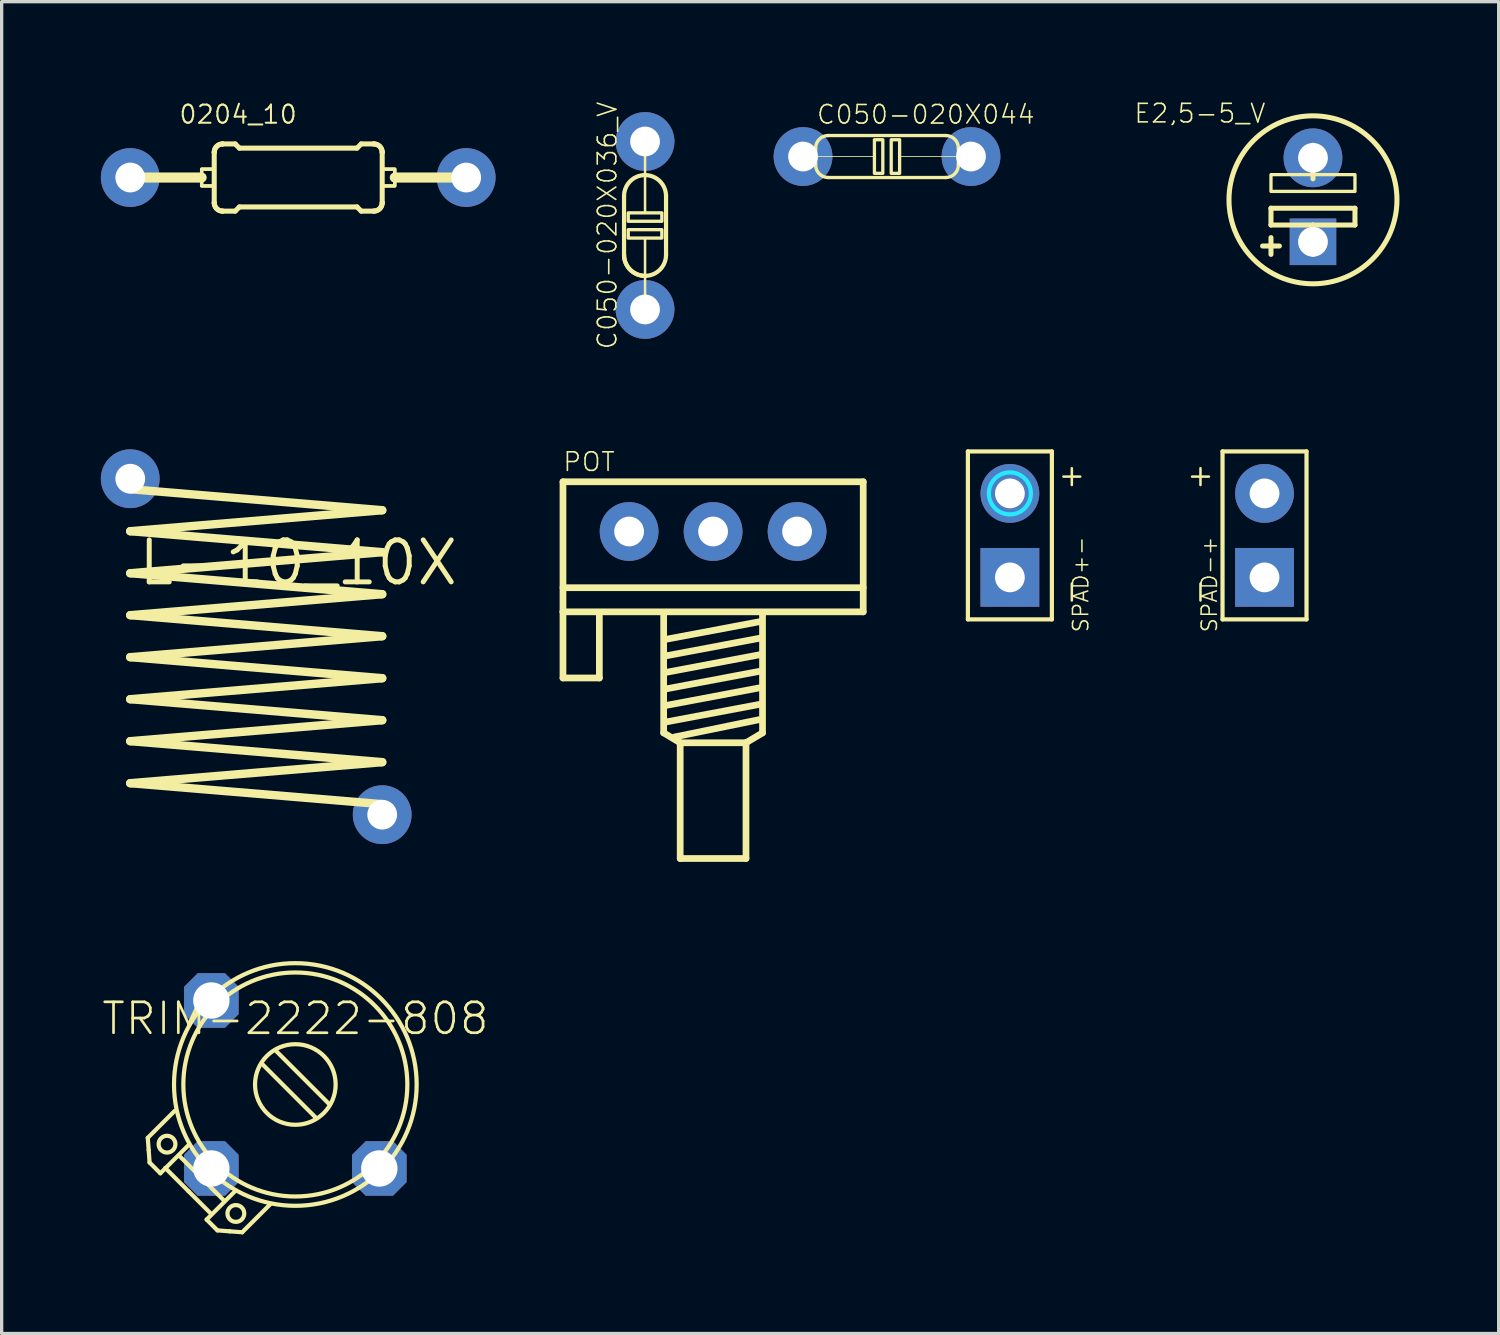
<source format=kicad_pcb>
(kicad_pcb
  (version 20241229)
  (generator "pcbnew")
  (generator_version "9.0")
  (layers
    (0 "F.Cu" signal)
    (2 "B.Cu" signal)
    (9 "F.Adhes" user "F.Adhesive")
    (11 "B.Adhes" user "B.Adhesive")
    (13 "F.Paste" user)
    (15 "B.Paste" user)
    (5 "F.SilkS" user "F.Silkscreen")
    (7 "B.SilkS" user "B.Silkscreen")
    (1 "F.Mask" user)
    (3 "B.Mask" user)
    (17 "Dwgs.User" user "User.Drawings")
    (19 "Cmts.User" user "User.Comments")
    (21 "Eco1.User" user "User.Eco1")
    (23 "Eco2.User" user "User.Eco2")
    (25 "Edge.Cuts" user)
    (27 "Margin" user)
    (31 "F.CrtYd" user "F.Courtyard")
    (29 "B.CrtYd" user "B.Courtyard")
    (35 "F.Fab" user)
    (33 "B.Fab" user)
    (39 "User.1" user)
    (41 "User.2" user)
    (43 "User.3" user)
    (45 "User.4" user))
  (footprint "SPAD+-"
    (layer "F.Cu")
    (at 27.492 13.142)
    (property "Reference" "SPAD+-" (at 1.873 0 90) (layer "F.SilkS") (effects (font (size 0.462 0.462) (thickness 0.046)) (justify right top)))
    (fp_line (start -1.27 -2.54) (end -1.27 2.54) (stroke (width 0.127) (type solid)) (layer "F.SilkS"))
    (fp_line (start -1.27 2.54) (end 1.27 2.54) (stroke (width 0.127) (type solid)) (layer "F.SilkS"))
    (fp_line (start 1.27 -2.54) (end -1.27 -2.54) (stroke (width 0.127) (type solid)) (layer "F.SilkS"))
    (fp_line (start 1.27 2.54) (end 1.27 -2.54) (stroke (width 0.127) (type solid)) (layer "F.SilkS"))
    (fp_line (start 1.619 -1.778) (end 2.127 -1.778) (stroke (width 0.076) (type solid)) (layer "F.SilkS"))
    (fp_line (start 1.873 -1.524) (end 1.873 -2.032) (stroke (width 0.076) (type solid)) (layer "F.SilkS"))
    (fp_line (start 1.873 1.968) (end 1.873 1.46) (stroke (width 0.076) (type solid)) (layer "F.SilkS"))
    (fp_circle (center 0 -1.27) (end 0.635 -1.27) (stroke (width 0.127) (type solid)) (fill no) (layer "B.CrtYd"))
    (pad "1" thru_hole rect (at 0 1.27) (size 1.778 1.778) (drill 0.9) (layers "*.Cu"))
    (pad "2" thru_hole circle (at 0 -1.27) (size 1.778 1.778) (drill 0.9) (layers "*.Cu")))
  (footprint "TRIM-2222-808"
    (layer "F.Cu")
    (at 5.882 29.748)
    (property "Reference" "TRIM-2222-808" (at 0 -2.54 0) (layer "F.SilkS") (effects (font (size 0.935 0.935) (thickness 0.081)) (justify top)))
    (fp_line (start -4.463 1.613) (end -4.435 1.987) (stroke (width 0.127) (type solid)) (layer "F.SilkS"))
    (fp_line (start -4.435 1.987) (end -4.408 2.36) (stroke (width 0.127) (type solid)) (layer "F.SilkS"))
    (fp_line (start -4.408 2.36) (end -4.082 2.686) (stroke (width 0.127) (type solid)) (layer "F.SilkS"))
    (fp_line (start -4.082 2.686) (end -3.232 1.836) (stroke (width 0.127) (type solid)) (layer "F.SilkS"))
    (fp_line (start -3.934 2.525) (end -3.228 3.231) (stroke (width 0.127) (type solid)) (layer "F.SilkS"))
    (fp_line (start -3.648 0.798) (end -4.463 1.613) (stroke (width 0.127) (type solid)) (layer "F.SilkS"))
    (fp_line (start -3.523 2.144) (end -2.149 3.518) (stroke (width 0.127) (type solid)) (layer "F.SilkS"))
    (fp_line (start -2.683 4.086) (end -2.357 4.412) (stroke (width 0.127) (type solid)) (layer "F.SilkS"))
    (fp_line (start -2.585 3.874) (end -3.228 3.231) (stroke (width 0.127) (type solid)) (layer "F.SilkS"))
    (fp_line (start -2.357 4.412) (end -1.982 4.441) (stroke (width 0.127) (type solid)) (layer "F.SilkS"))
    (fp_line (start -1.982 4.441) (end -1.607 4.469) (stroke (width 0.127) (type solid)) (layer "F.SilkS"))
    (fp_line (start -1.833 3.236) (end -2.683 4.086) (stroke (width 0.127) (type solid)) (layer "F.SilkS"))
    (fp_line (start -1.607 4.469) (end -0.751 3.614) (stroke (width 0.127) (type solid)) (layer "F.SilkS"))
    (fp_line (start 0.634 1.018) (end -1.019 -0.635) (stroke (width 0.127) (type solid)) (layer "F.SilkS"))
    (fp_line (start 1.042 0.611) (end -0.611 -1.042) (stroke (width 0.127) (type solid)) (layer "F.SilkS"))
    (fp_circle (center -3.881 1.805) (end -3.627 1.805) (stroke (width 0.127) (type solid)) (fill no) (layer "F.SilkS"))
    (fp_circle (center -1.799 3.901) (end -1.545 3.901) (stroke (width 0.127) (type solid)) (fill no) (layer "F.SilkS"))
    (fp_circle (center 0 0) (end 1.219 0) (stroke (width 0.127) (type solid)) (fill no) (layer "F.SilkS"))
    (fp_circle (center 0 0) (end 3.387 0) (stroke (width 0.127) (type solid)) (fill no) (layer "F.SilkS"))
    (fp_circle (center 0 0) (end 3.669 0) (stroke (width 0.127) (type solid)) (fill no) (layer "F.SilkS"))
    (pad "1" thru_hole roundrect (at -2.54 -2.54) (size 1.65 1.65) (drill 1.1) (layers "*.Cu" "*.Mask") (roundrect_rratio 0.25) (chamfer_ratio 0.25) (chamfer top_left top_right bottom_left bottom_right))
    (pad "2" thru_hole roundrect (at -2.54 2.54) (size 1.65 1.65) (drill 1.1) (layers "*.Cu" "*.Mask") (roundrect_rratio 0.25) (chamfer_ratio 0.25) (chamfer top_left top_right bottom_left bottom_right))
    (pad "3" thru_hole roundrect (at 2.54 2.54) (size 1.65 1.65) (drill 1.1) (layers "*.Cu" "*.Mask") (roundrect_rratio 0.25) (chamfer_ratio 0.25) (chamfer top_left top_right bottom_left bottom_right)))
  (footprint "C050-020X044"
    (layer "F.Cu")
    (at 23.776 1.684)
    (property "Reference" "C050-020X044" (at -2.159 -1.27 0) (layer "F.SilkS") (effects (font (size 0.561 0.561) (thickness 0.049)) (justify left)))
    (fp_line (start -2.54 0) (end -0.394 0) (stroke (width 0.025) (type solid)) (layer "F.SilkS"))
    (fp_line (start -2.159 0.254) (end -2.159 -0.254) (stroke (width 0.102) (type solid)) (layer "F.SilkS"))
    (fp_line (start -1.778 0.635) (end 1.778 0.635) (stroke (width 0.102) (type solid)) (layer "F.SilkS"))
    (fp_line (start 1.778 -0.635) (end -1.778 -0.635) (stroke (width 0.102) (type solid)) (layer "F.SilkS"))
    (fp_line (start 2.159 -0.254) (end 2.159 0.254) (stroke (width 0.102) (type solid)) (layer "F.SilkS"))
    (fp_line (start 2.54 0) (end 0.381 0) (stroke (width 0.025) (type solid)) (layer "F.SilkS"))
    (fp_arc (start -2.159 -0.254) (mid -2.047407 -0.523407) (end -1.777999 -0.634999) (stroke (width 0.1016) (type solid)) (layer "F.SilkS"))
    (fp_arc (start -1.777999 0.634999) (mid -2.047407 0.523407) (end -2.159 0.254) (stroke (width 0.1016) (type solid)) (layer "F.SilkS"))
    (fp_arc (start 1.777999 -0.634999) (mid 2.047407 -0.523407) (end 2.159 -0.254) (stroke (width 0.1016) (type solid)) (layer "F.SilkS"))
    (fp_arc (start 2.159 0.254) (mid 2.047407 0.523407) (end 1.777999 0.634999) (stroke (width 0.1016) (type solid)) (layer "F.SilkS"))
    (fp_poly (pts (xy -0.127 0.508) (xy -0.127 -0.508) (xy -0.381 -0.508) (xy -0.381 0.508)) (stroke (width 0.1) (type solid)) (fill no) (layer "F.SilkS"))
    (fp_poly (pts (xy 0.127 -0.508) (xy 0.127 0.508) (xy 0.381 0.508) (xy 0.381 -0.508)) (stroke (width 0.1) (type solid)) (fill no) (layer "F.SilkS"))
    (pad "1" thru_hole circle (at -2.54 0) (size 1.778 1.778) (drill 0.9) (layers "*.Cu" "*.Mask"))
    (pad "2" thru_hole circle (at 2.54 0) (size 1.778 1.778) (drill 0.9) (layers "*.Cu" "*.Mask")))
  (footprint "L-10_10X"
    (layer "F.Cu")
    (at 5.969 13.968)
    (property "Reference" "L-10_10X" (at 0 0 0) (layer "F.SilkS") (effects (font (size 1.27 1.27) (thickness 0.15))))
    (fp_line (start -5.08 -0.953) (end 2.54 -1.587) (stroke (width 0.254) (type solid)) (layer "F.SilkS"))
    (fp_line (start -5.08 0.318) (end 2.54 -0.318) (stroke (width 0.254) (type solid)) (layer "F.SilkS"))
    (fp_line (start -5.08 1.587) (end 2.54 0.953) (stroke (width 0.254) (type solid)) (layer "F.SilkS"))
    (fp_line (start -5.08 2.857) (end 2.54 2.223) (stroke (width 0.254) (type solid)) (layer "F.SilkS"))
    (fp_line (start -5.08 4.128) (end 2.54 3.493) (stroke (width 0.254) (type solid)) (layer "F.SilkS"))
    (fp_line (start -5.08 5.397) (end 2.54 4.763) (stroke (width 0.254) (type solid)) (layer "F.SilkS"))
    (fp_line (start -5.08 6.668) (end 2.54 6.032) (stroke (width 0.254) (type solid)) (layer "F.SilkS"))
    (fp_line (start 2.54 -1.587) (end -5.08 -2.223) (stroke (width 0.254) (type solid)) (layer "F.SilkS"))
    (fp_line (start 2.54 -0.318) (end -5.08 -0.953) (stroke (width 0.254) (type solid)) (layer "F.SilkS"))
    (fp_line (start 2.54 0.953) (end -5.08 0.318) (stroke (width 0.254) (type solid)) (layer "F.SilkS"))
    (fp_line (start 2.54 2.223) (end -5.08 1.587) (stroke (width 0.254) (type solid)) (layer "F.SilkS"))
    (fp_line (start 2.54 3.493) (end -5.08 2.857) (stroke (width 0.254) (type solid)) (layer "F.SilkS"))
    (fp_line (start 2.54 4.763) (end -5.08 4.128) (stroke (width 0.254) (type solid)) (layer "F.SilkS"))
    (fp_line (start 2.54 6.032) (end -5.08 5.397) (stroke (width 0.254) (type solid)) (layer "F.SilkS"))
    (fp_line (start 2.54 7.303) (end -5.08 6.668) (stroke (width 0.254) (type solid)) (layer "F.SilkS"))
    (pad "P$1" thru_hole circle (at -5.08 -2.54) (size 1.778 1.778) (drill 0.9) (layers "*.Cu" "*.Mask"))
    (pad "P$2" thru_hole circle (at 2.54 7.62) (size 1.778 1.778) (drill 0.9) (layers "*.Cu" "*.Mask")))
  (footprint "E2,5-5_V"
    (layer "F.Cu")
    (at 36.658 2.993)
    (property "Reference" "E2,5-5_V" (at -1.397 -2.286 0) (layer "F.SilkS") (effects (font (size 0.561 0.561) (thickness 0.049)) (justify right bottom)))
    (fp_line (start -1.27 0.254) (end -1.27 0.762) (stroke (width 0.152) (type solid)) (layer "F.SilkS"))
    (fp_line (start -1.27 0.762) (end 0 0.762) (stroke (width 0.152) (type solid)) (layer "F.SilkS"))
    (fp_line (start -1.27 1.397) (end -1.524 1.397) (stroke (width 0.152) (type solid)) (layer "F.SilkS"))
    (fp_line (start -1.27 1.397) (end -1.27 1.143) (stroke (width 0.152) (type solid)) (layer "F.SilkS"))
    (fp_line (start -1.27 1.651) (end -1.27 1.397) (stroke (width 0.152) (type solid)) (layer "F.SilkS"))
    (fp_line (start -1.016 1.397) (end -1.27 1.397) (stroke (width 0.152) (type solid)) (layer "F.SilkS"))
    (fp_line (start 0 -0.635) (end 0 -1.651) (stroke (width 0.152) (type solid)) (layer "F.SilkS"))
    (fp_line (start 0 0.762) (end 1.27 0.762) (stroke (width 0.152) (type solid)) (layer "F.SilkS"))
    (fp_line (start 0 1.651) (end 0 0.762) (stroke (width 0.152) (type solid)) (layer "F.SilkS"))
    (fp_line (start 1.27 0.254) (end -1.27 0.254) (stroke (width 0.152) (type solid)) (layer "F.SilkS"))
    (fp_line (start 1.27 0.762) (end 1.27 0.254) (stroke (width 0.152) (type solid)) (layer "F.SilkS"))
    (fp_circle (center 0 0) (end 2.54 0) (stroke (width 0.152) (type solid)) (fill no) (layer "F.SilkS"))
    (fp_poly (pts (xy 1.27 -0.254) (xy 1.27 -0.762) (xy -1.27 -0.762) (xy -1.27 -0.254)) (stroke (width 0.1) (type solid)) (fill no) (layer "F.SilkS"))
    (pad "+" thru_hole rect (at 0 1.27) (size 1.408 1.408) (drill 0.9) (layers "*.Cu" "*.Mask"))
    (pad "-" thru_hole circle (at 0 -1.27) (size 1.778 1.778) (drill 0.9) (layers "*.Cu" "*.Mask")))
  (footprint "0204_10"
    (layer "F.Cu")
    (at 5.969 2.319)
    (property "Reference" "0204_10" (at 0 -1.587 0) (layer "F.SilkS") (effects (font (size 0.549 0.549) (thickness 0.061)) (justify right bottom)))
    (fp_line (start -5.08 0) (end -2.921 0) (stroke (width 0.305) (type solid)) (layer "F.SilkS"))
    (fp_line (start -2.54 0.762) (end -2.54 -0.762) (stroke (width 0.152) (type solid)) (layer "F.SilkS"))
    (fp_line (start -2.286 -1.016) (end -1.905 -1.016) (stroke (width 0.152) (type solid)) (layer "F.SilkS"))
    (fp_line (start -2.286 1.016) (end -1.905 1.016) (stroke (width 0.152) (type solid)) (layer "F.SilkS"))
    (fp_line (start -1.778 -0.889) (end -1.905 -1.016) (stroke (width 0.152) (type solid)) (layer "F.SilkS"))
    (fp_line (start -1.778 0.889) (end -1.905 1.016) (stroke (width 0.152) (type solid)) (layer "F.SilkS"))
    (fp_line (start 1.778 -0.889) (end -1.778 -0.889) (stroke (width 0.152) (type solid)) (layer "F.SilkS"))
    (fp_line (start 1.778 -0.889) (end 1.905 -1.016) (stroke (width 0.152) (type solid)) (layer "F.SilkS"))
    (fp_line (start 1.778 0.889) (end -1.778 0.889) (stroke (width 0.152) (type solid)) (layer "F.SilkS"))
    (fp_line (start 1.778 0.889) (end 1.905 1.016) (stroke (width 0.152) (type solid)) (layer "F.SilkS"))
    (fp_line (start 2.286 -1.016) (end 1.905 -1.016) (stroke (width 0.152) (type solid)) (layer "F.SilkS"))
    (fp_line (start 2.286 1.016) (end 1.905 1.016) (stroke (width 0.152) (type solid)) (layer "F.SilkS"))
    (fp_line (start 2.54 0.762) (end 2.54 -0.762) (stroke (width 0.152) (type solid)) (layer "F.SilkS"))
    (fp_line (start 5.08 0) (end 2.921 0) (stroke (width 0.305) (type solid)) (layer "F.SilkS"))
    (fp_arc (start -2.54 -0.762) (mid -2.465605 -0.941605) (end -2.286 -1.016) (stroke (width 0.1524) (type solid)) (layer "F.SilkS"))
    (fp_arc (start -2.54 -0.762) (mid -2.465605 -0.941605) (end -2.286 -1.016) (stroke (width 0.1524) (type solid)) (layer "F.SilkS"))
    (fp_arc (start -2.286 1.016) (mid -2.465605 0.941605) (end -2.54 0.762) (stroke (width 0.1524) (type solid)) (layer "F.SilkS"))
    (fp_arc (start -2.286 1.016) (mid -2.465605 0.941605) (end -2.54 0.762) (stroke (width 0.1524) (type solid)) (layer "F.SilkS"))
    (fp_arc (start 2.286 -1.016) (mid 2.465605 -0.941605) (end 2.54 -0.762) (stroke (width 0.1524) (type solid)) (layer "F.SilkS"))
    (fp_arc (start 2.286 -1.016) (mid 2.465605 -0.941605) (end 2.54 -0.762) (stroke (width 0.1524) (type solid)) (layer "F.SilkS"))
    (fp_arc (start 2.54 0.762) (mid 2.465605 0.941605) (end 2.286 1.016) (stroke (width 0.1524) (type solid)) (layer "F.SilkS"))
    (fp_arc (start 2.54 0.762) (mid 2.465605 0.941605) (end 2.286 1.016) (stroke (width 0.1524) (type solid)) (layer "F.SilkS"))
    (fp_poly (pts (xy -2.921 0.254) (xy -2.54 0.254) (xy -2.54 -0.254) (xy -2.921 -0.254)) (stroke (width 0.1) (type solid)) (fill no) (layer "F.SilkS"))
    (fp_poly (pts (xy -2.921 0.254) (xy -2.54 0.254) (xy -2.54 -0.254) (xy -2.921 -0.254)) (stroke (width 0.1) (type solid)) (fill no) (layer "F.SilkS"))
    (fp_poly (pts (xy 2.54 0.254) (xy 2.921 0.254) (xy 2.921 -0.254) (xy 2.54 -0.254)) (stroke (width 0.1) (type solid)) (fill no) (layer "F.SilkS"))
    (fp_poly (pts (xy 2.54 0.254) (xy 2.921 0.254) (xy 2.921 -0.254) (xy 2.54 -0.254)) (stroke (width 0.1) (type solid)) (fill no) (layer "F.SilkS"))
    (pad "1" thru_hole circle (at -5.08 0) (size 1.778 1.778) (drill 0.9) (layers "*.Cu" "*.Mask"))
    (pad "2" thru_hole circle (at 5.08 0) (size 1.778 1.778) (drill 0.9) (layers "*.Cu" "*.Mask")))
  (footprint "POT"
    (layer "F.Cu")
    (at 18.516 13.024)
    (property "Reference" "POT" (at -4.572 -1.778 0) (layer "F.SilkS") (effects (font (size 0.561 0.561) (thickness 0.049)) (justify left bottom)))
    (fp_line (start -4.54 -1.504) (end 4.54 -1.504) (stroke (width 0.203) (type solid)) (layer "F.SilkS"))
    (fp_line (start -4.54 1.7) (end 4.54 1.7) (stroke (width 0.203) (type solid)) (layer "F.SilkS"))
    (fp_line (start -4.54 2.43) (end -4.54 -1.504) (stroke (width 0.203) (type solid)) (layer "F.SilkS"))
    (fp_line (start -4.54 2.43) (end -4.54 4.43) (stroke (width 0.203) (type solid)) (layer "F.SilkS"))
    (fp_line (start -4.54 2.43) (end 4.54 2.43) (stroke (width 0.203) (type solid)) (layer "F.SilkS"))
    (fp_line (start -4.54 4.43) (end -3.44 4.43) (stroke (width 0.203) (type solid)) (layer "F.SilkS"))
    (fp_line (start -3.44 4.43) (end -3.44 2.53) (stroke (width 0.203) (type solid)) (layer "F.SilkS"))
    (fp_line (start -1.495 2.53) (end -1.495 6.09) (stroke (width 0.203) (type solid)) (layer "F.SilkS"))
    (fp_line (start -1.495 6.09) (end -0.995 6.39) (stroke (width 0.203) (type solid)) (layer "F.SilkS"))
    (fp_line (start -1.395 3.255) (end 1.395 2.73) (stroke (width 0.203) (type solid)) (layer "F.SilkS"))
    (fp_line (start -1.395 3.755) (end 1.395 3.23) (stroke (width 0.203) (type solid)) (layer "F.SilkS"))
    (fp_line (start -1.395 4.255) (end 1.395 3.73) (stroke (width 0.203) (type solid)) (layer "F.SilkS"))
    (fp_line (start -1.395 4.755) (end 1.395 4.23) (stroke (width 0.203) (type solid)) (layer "F.SilkS"))
    (fp_line (start -1.395 5.255) (end 1.395 4.73) (stroke (width 0.203) (type solid)) (layer "F.SilkS"))
    (fp_line (start -1.395 5.755) (end 1.395 5.23) (stroke (width 0.203) (type solid)) (layer "F.SilkS"))
    (fp_line (start -1.17 6.215) (end 1.395 5.69) (stroke (width 0.203) (type solid)) (layer "F.SilkS"))
    (fp_line (start -0.995 6.39) (end -0.995 9.89) (stroke (width 0.203) (type solid)) (layer "F.SilkS"))
    (fp_line (start -0.995 6.39) (end 0.995 6.39) (stroke (width 0.203) (type solid)) (layer "F.SilkS"))
    (fp_line (start -0.995 9.89) (end 0.995 9.89) (stroke (width 0.203) (type solid)) (layer "F.SilkS"))
    (fp_line (start 0.995 6.39) (end 1.495 6.09) (stroke (width 0.203) (type solid)) (layer "F.SilkS"))
    (fp_line (start 0.995 9.89) (end 0.995 6.39) (stroke (width 0.203) (type solid)) (layer "F.SilkS"))
    (fp_line (start 1.495 6.09) (end 1.495 2.53) (stroke (width 0.203) (type solid)) (layer "F.SilkS"))
    (fp_line (start 4.54 2.43) (end 4.54 -1.504) (stroke (width 0.203) (type solid)) (layer "F.SilkS"))
    (pad "A" thru_hole circle (at -2.54 0) (size 1.778 1.778) (drill 0.9) (layers "*.Cu" "*.Mask"))
    (pad "E" thru_hole circle (at 2.54 0) (size 1.778 1.778) (drill 0.9) (layers "*.Cu" "*.Mask"))
    (pad "S" thru_hole circle (at 0 0) (size 1.778 1.778) (drill 0.9) (layers "*.Cu" "*.Mask")))
  (footprint "C050-020X036_V"
    (layer "F.Cu")
    (at 16.458 3.769)
    (property "Reference" "C050-020X036_V" (at -0.813 0 90) (layer "F.SilkS") (effects (font (size 0.561 0.561) (thickness 0.049)) (justify bottom)))
    (fp_line (start -0.635 -0.889) (end -0.635 0.889) (stroke (width 0.127) (type solid)) (layer "F.SilkS"))
    (fp_line (start 0 -2.54) (end 0 -0.394) (stroke (width 0.076) (type solid)) (layer "F.SilkS"))
    (fp_line (start 0 2.54) (end 0 0.381) (stroke (width 0.076) (type solid)) (layer "F.SilkS"))
    (fp_line (start 0.635 0.889) (end 0.635 -0.889) (stroke (width 0.127) (type solid)) (layer "F.SilkS"))
    (fp_arc (start -0.635 -0.889) (mid -0.449013 -1.338013) (end 0 -1.524) (stroke (width 0.127) (type solid)) (layer "F.SilkS"))
    (fp_arc (start 0 -1.524) (mid 0.449013 -1.338013) (end 0.635 -0.889) (stroke (width 0.127) (type solid)) (layer "F.SilkS"))
    (fp_arc (start 0 1.524) (mid -0.449013 1.338013) (end -0.635 0.889) (stroke (width 0.127) (type solid)) (layer "F.SilkS"))
    (fp_arc (start 0 1.524) (mid -0.449013 1.338013) (end -0.635 0.889) (stroke (width 0.127) (type solid)) (layer "F.SilkS"))
    (fp_arc (start 0.635 0.889) (mid 0.449013 1.338013) (end 0 1.524) (stroke (width 0.127) (type solid)) (layer "F.SilkS"))
    (fp_poly (pts (xy -0.508 -0.127) (xy 0.508 -0.127) (xy 0.508 -0.381) (xy -0.508 -0.381)) (stroke (width 0.1) (type solid)) (fill no) (layer "F.SilkS"))
    (fp_poly (pts (xy 0.508 0.127) (xy -0.508 0.127) (xy -0.508 0.381) (xy 0.508 0.381)) (stroke (width 0.1) (type solid)) (fill no) (layer "F.SilkS"))
    (pad "1" thru_hole circle (at 0 2.54) (size 1.778 1.778) (drill 0.9) (layers "*.Cu" "*.Mask"))
    (pad "2" thru_hole circle (at 0 -2.54) (size 1.778 1.778) (drill 0.9) (layers "*.Cu" "*.Mask")))
  (footprint "SPAD-+"
    (layer "F.Cu")
    (at 35.193 13.142)
    (property "Reference" "SPAD-+" (at -1.937 0 90) (layer "F.SilkS") (effects (font (size 0.462 0.462) (thickness 0.046)) (justify right top)))
    (fp_line (start -2.191 -1.778) (end -1.683 -1.778) (stroke (width 0.076) (type solid)) (layer "F.SilkS"))
    (fp_line (start -1.937 -1.524) (end -1.937 -2.032) (stroke (width 0.076) (type solid)) (layer "F.SilkS"))
    (fp_line (start -1.937 1.968) (end -1.937 1.46) (stroke (width 0.076) (type solid)) (layer "F.SilkS"))
    (fp_line (start -1.27 -2.54) (end -1.27 2.54) (stroke (width 0.127) (type solid)) (layer "F.SilkS"))
    (fp_line (start -1.27 2.54) (end 1.27 2.54) (stroke (width 0.127) (type solid)) (layer "F.SilkS"))
    (fp_line (start 1.27 -2.54) (end -1.27 -2.54) (stroke (width 0.127) (type solid)) (layer "F.SilkS"))
    (fp_line (start 1.27 2.54) (end 1.27 -2.54) (stroke (width 0.127) (type solid)) (layer "F.SilkS"))
    (pad "1" thru_hole rect (at 0 1.27 180) (size 1.778 1.778) (drill 0.9) (layers "*.Cu"))
    (pad "2" thru_hole circle (at 0 -1.27) (size 1.778 1.778) (drill 0.9) (layers "*.Cu")))
  (gr_rect
    (start -3 -3)
    (end 42.274 37.28)
    (stroke (width 0.1) (type default))
    (fill no)
    (layer "Edge.Cuts")))
</source>
